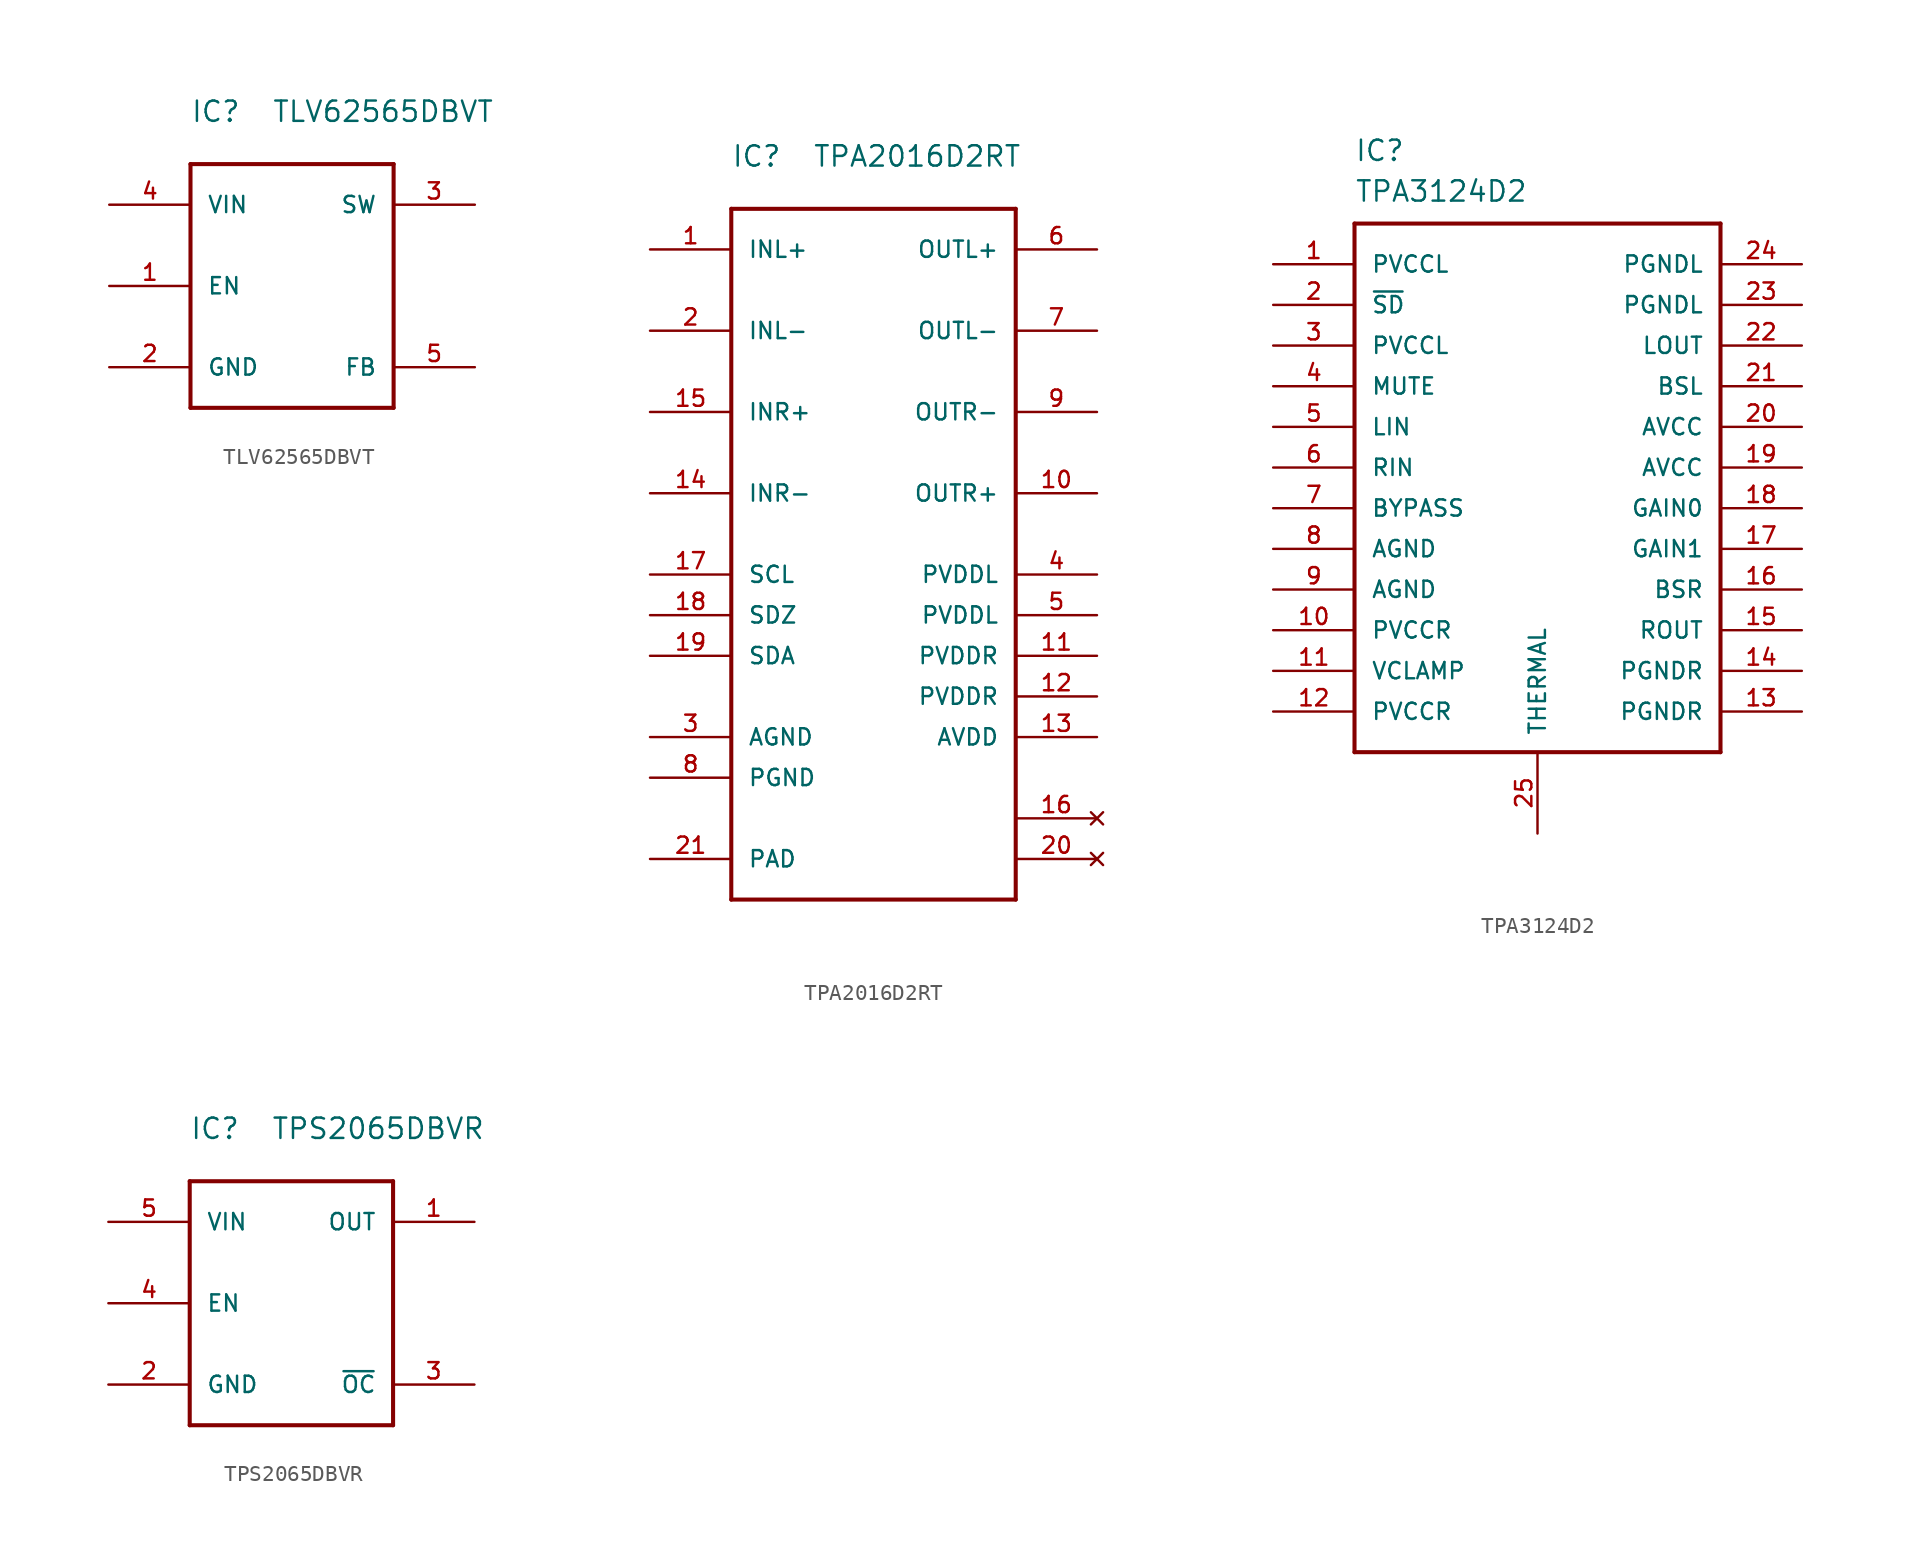
<source format=kicad_sym>
(kicad_symbol_lib
  (version 20220914)
  (generator kicad_symbol_editor)
  (symbol "TLV62565DBVT"
    (pin_names
      (offset 1.016))
    (property "Reference" "IC"
      (at 0 2.54 0)
      (effects (font (size 1.27 1.27)) (justify left bottom)))
    (property "Value" "TLV62565DBVT"
      (at 5.08 2.54 0)
      (effects (font (size 1.27 1.27)) (justify left bottom)))
    (symbol "TLV62565DBVT_1_0"
      (polyline (pts (xy 0 -15.24) (xy 0 0)) (stroke (width 0.254) (type solid)) (fill (type none)))
      (polyline (pts (xy 0 0) (xy 12.7 0)) (stroke (width 0.254) (type solid)) (fill (type none)))
      (polyline (pts (xy 12.7 -15.24) (xy 0 -15.24)) (stroke (width 0.254) (type solid)) (fill (type none)))
      (polyline (pts (xy 12.7 0) (xy 12.7 -15.24)) (stroke (width 0.254) (type solid)) (fill (type none))))
    (symbol "TLV62565DBVT_1_1"
      (pin input line (at -5.08 -7.62 0) (length 5.08) (name "EN" (effects (font (size 1.016 1.016)))) (number "1" (effects (font (size 1.016 1.016)))))
      (pin power_in line (at -5.08 -12.7 0) (length 5.08) (name "GND" (effects (font (size 1.016 1.016)))) (number "2" (effects (font (size 1.016 1.016)))))
      (pin power_out line (at 17.78 -2.54 180) (length 5.08) (name "SW" (effects (font (size 1.016 1.016)))) (number "3" (effects (font (size 1.016 1.016)))))
      (pin power_in line (at -5.08 -2.54 0) (length 5.08) (name "VIN" (effects (font (size 1.016 1.016)))) (number "4" (effects (font (size 1.016 1.016)))))
      (pin input line (at 17.78 -12.7 180) (length 5.08) (name "FB" (effects (font (size 1.016 1.016)))) (number "5" (effects (font (size 1.016 1.016)))))))
  (symbol "TPA2016D2RT"
    (pin_names
      (offset 1.016))
    (property "Reference" "IC"
      (at 0 2.54 0)
      (effects (font (size 1.27 1.27)) (justify left bottom)))
    (property "Value" "TPA2016D2RT"
      (at 5.08 2.54 0)
      (effects (font (size 1.27 1.27)) (justify left bottom)))
    (symbol "TPA2016D2RT_1_0"
      (polyline (pts (xy 0 -43.18) (xy 0 0)) (stroke (width 0.254) (type solid)) (fill (type none)))
      (polyline (pts (xy 0 0) (xy 17.78 0)) (stroke (width 0.254) (type solid)) (fill (type none)))
      (polyline (pts (xy 17.78 -43.18) (xy 0 -43.18)) (stroke (width 0.254) (type solid)) (fill (type none)))
      (polyline (pts (xy 17.78 0) (xy 17.78 -43.18)) (stroke (width 0.254) (type solid)) (fill (type none))))
    (symbol "TPA2016D2RT_1_1"
      (pin input line (at -5.08 -2.54 0) (length 5.08) (name "INL+" (effects (font (size 1.016 1.016)))) (number "1" (effects (font (size 1.016 1.016)))))
      (pin output line (at 22.86 -17.78 180) (length 5.08) (name "OUTR+" (effects (font (size 1.016 1.016)))) (number "10" (effects (font (size 1.016 1.016)))))
      (pin power_in line (at 22.86 -27.94 180) (length 5.08) (name "PVDDR" (effects (font (size 1.016 1.016)))) (number "11" (effects (font (size 1.016 1.016)))))
      (pin power_in line (at 22.86 -30.48 180) (length 5.08) (name "PVDDR" (effects (font (size 1.016 1.016)))) (number "12" (effects (font (size 1.016 1.016)))))
      (pin power_in line (at 22.86 -33.02 180) (length 5.08) (name "AVDD" (effects (font (size 1.016 1.016)))) (number "13" (effects (font (size 1.016 1.016)))))
      (pin input line (at -5.08 -17.78 0) (length 5.08) (name "INR-" (effects (font (size 1.016 1.016)))) (number "14" (effects (font (size 1.016 1.016)))))
      (pin input line (at -5.08 -12.7 0) (length 5.08) (name "INR+" (effects (font (size 1.016 1.016)))) (number "15" (effects (font (size 1.016 1.016)))))
      (pin no_connect line (at 22.86 -38.1 180) (length 5.08) (name "~" (effects (font (size 1.016 1.016)))) (number "16" (effects (font (size 1.016 1.016)))))
      (pin input line (at -5.08 -22.86 0) (length 5.08) (name "SCL" (effects (font (size 1.016 1.016)))) (number "17" (effects (font (size 1.016 1.016)))))
      (pin input line (at -5.08 -25.4 0) (length 5.08) (name "SDZ" (effects (font (size 1.016 1.016)))) (number "18" (effects (font (size 1.016 1.016)))))
      (pin bidirectional line (at -5.08 -27.94 0) (length 5.08) (name "SDA" (effects (font (size 1.016 1.016)))) (number "19" (effects (font (size 1.016 1.016)))))
      (pin input line (at -5.08 -7.62 0) (length 5.08) (name "INL-" (effects (font (size 1.016 1.016)))) (number "2" (effects (font (size 1.016 1.016)))))
      (pin no_connect line (at 22.86 -40.64 180) (length 5.08) (name "~" (effects (font (size 1.016 1.016)))) (number "20" (effects (font (size 1.016 1.016)))))
      (pin power_in line (at -5.08 -40.64 0) (length 5.08) (name "PAD" (effects (font (size 1.016 1.016)))) (number "21" (effects (font (size 1.016 1.016)))))
      (pin power_in line (at -5.08 -33.02 0) (length 5.08) (name "AGND" (effects (font (size 1.016 1.016)))) (number "3" (effects (font (size 1.016 1.016)))))
      (pin power_in line (at 22.86 -22.86 180) (length 5.08) (name "PVDDL" (effects (font (size 1.016 1.016)))) (number "4" (effects (font (size 1.016 1.016)))))
      (pin power_in line (at 22.86 -25.4 180) (length 5.08) (name "PVDDL" (effects (font (size 1.016 1.016)))) (number "5" (effects (font (size 1.016 1.016)))))
      (pin input line (at 22.86 -2.54 180) (length 5.08) (name "OUTL+" (effects (font (size 1.016 1.016)))) (number "6" (effects (font (size 1.016 1.016)))))
      (pin output line (at 22.86 -7.62 180) (length 5.08) (name "OUTL-" (effects (font (size 1.016 1.016)))) (number "7" (effects (font (size 1.016 1.016)))))
      (pin power_in line (at -5.08 -35.56 0) (length 5.08) (name "PGND" (effects (font (size 1.016 1.016)))) (number "8" (effects (font (size 1.016 1.016)))))
      (pin output line (at 22.86 -12.7 180) (length 5.08) (name "OUTR-" (effects (font (size 1.016 1.016)))) (number "9" (effects (font (size 1.016 1.016)))))))
  (symbol "TPA3124D2"
    (pin_names
      (offset 1.016))
    (property "Reference" "IC"
      (at 0 3.81 0)
      (effects (font (size 1.27 1.27)) (justify left bottom)))
    (property "Value" "TPA3124D2"
      (at 0 1.27 0)
      (effects (font (size 1.27 1.27)) (justify left bottom)))
    (symbol "TPA3124D2_1_0"
      (polyline (pts (xy 0 -33.02) (xy 0 0)) (stroke (width 0.254) (type solid)) (fill (type none)))
      (polyline (pts (xy 0 0) (xy 22.86 0)) (stroke (width 0.254) (type solid)) (fill (type none)))
      (polyline (pts (xy 22.86 -33.02) (xy 0 -33.02)) (stroke (width 0.254) (type solid)) (fill (type none)))
      (polyline (pts (xy 22.86 0) (xy 22.86 -33.02)) (stroke (width 0.254) (type solid)) (fill (type none))))
    (symbol "TPA3124D2_1_1"
      (pin power_in line (at -5.08 -2.54 0) (length 5.08) (name "PVCCL" (effects (font (size 1.016 1.016)))) (number "1" (effects (font (size 1.016 1.016)))))
      (pin passive line (at -5.08 -25.4 0) (length 5.08) (name "PVCCR" (effects (font (size 1.016 1.016)))) (number "10" (effects (font (size 1.016 1.016)))))
      (pin passive line (at -5.08 -27.94 0) (length 5.08) (name "VCLAMP" (effects (font (size 1.016 1.016)))) (number "11" (effects (font (size 1.016 1.016)))))
      (pin passive line (at -5.08 -30.48 0) (length 5.08) (name "PVCCR" (effects (font (size 1.016 1.016)))) (number "12" (effects (font (size 1.016 1.016)))))
      (pin passive line (at 27.94 -30.48 180) (length 5.08) (name "PGNDR" (effects (font (size 1.016 1.016)))) (number "13" (effects (font (size 1.016 1.016)))))
      (pin passive line (at 27.94 -27.94 180) (length 5.08) (name "PGNDR" (effects (font (size 1.016 1.016)))) (number "14" (effects (font (size 1.016 1.016)))))
      (pin output line (at 27.94 -25.4 180) (length 5.08) (name "ROUT" (effects (font (size 1.016 1.016)))) (number "15" (effects (font (size 1.016 1.016)))))
      (pin passive line (at 27.94 -22.86 180) (length 5.08) (name "BSR" (effects (font (size 1.016 1.016)))) (number "16" (effects (font (size 1.016 1.016)))))
      (pin input line (at 27.94 -20.32 180) (length 5.08) (name "GAIN1" (effects (font (size 1.016 1.016)))) (number "17" (effects (font (size 1.016 1.016)))))
      (pin input line (at 27.94 -17.78 180) (length 5.08) (name "GAIN0" (effects (font (size 1.016 1.016)))) (number "18" (effects (font (size 1.016 1.016)))))
      (pin passive line (at 27.94 -15.24 180) (length 5.08) (name "AVCC" (effects (font (size 1.016 1.016)))) (number "19" (effects (font (size 1.016 1.016)))))
      (pin passive line (at -5.08 -5.08 0) (length 5.08) (name "~{SD}" (effects (font (size 1.016 1.016)))) (number "2" (effects (font (size 1.016 1.016)))))
      (pin passive line (at 27.94 -12.7 180) (length 5.08) (name "AVCC" (effects (font (size 1.016 1.016)))) (number "20" (effects (font (size 1.016 1.016)))))
      (pin passive line (at 27.94 -10.16 180) (length 5.08) (name "BSL" (effects (font (size 1.016 1.016)))) (number "21" (effects (font (size 1.016 1.016)))))
      (pin output line (at 27.94 -7.62 180) (length 5.08) (name "LOUT" (effects (font (size 1.016 1.016)))) (number "22" (effects (font (size 1.016 1.016)))))
      (pin passive line (at 27.94 -5.08 180) (length 5.08) (name "PGNDL" (effects (font (size 1.016 1.016)))) (number "23" (effects (font (size 1.016 1.016)))))
      (pin passive line (at 27.94 -2.54 180) (length 5.08) (name "PGNDL" (effects (font (size 1.016 1.016)))) (number "24" (effects (font (size 1.016 1.016)))))
      (pin passive line (at 11.43 -38.1 90) (length 5.08) (name "THERMAL" (effects (font (size 1.016 1.016)))) (number "25" (effects (font (size 1.016 1.016)))))
      (pin power_in line (at -5.08 -7.62 0) (length 5.08) (name "PVCCL" (effects (font (size 1.016 1.016)))) (number "3" (effects (font (size 1.016 1.016)))))
      (pin input line (at -5.08 -10.16 0) (length 5.08) (name "MUTE" (effects (font (size 1.016 1.016)))) (number "4" (effects (font (size 1.016 1.016)))))
      (pin input line (at -5.08 -12.7 0) (length 5.08) (name "LIN" (effects (font (size 1.016 1.016)))) (number "5" (effects (font (size 1.016 1.016)))))
      (pin input line (at -5.08 -15.24 0) (length 5.08) (name "RIN" (effects (font (size 1.016 1.016)))) (number "6" (effects (font (size 1.016 1.016)))))
      (pin input line (at -5.08 -17.78 0) (length 5.08) (name "BYPASS" (effects (font (size 1.016 1.016)))) (number "7" (effects (font (size 1.016 1.016)))))
      (pin power_in line (at -5.08 -20.32 0) (length 5.08) (name "AGND" (effects (font (size 1.016 1.016)))) (number "8" (effects (font (size 1.016 1.016)))))
      (pin power_in line (at -5.08 -22.86 0) (length 5.08) (name "AGND" (effects (font (size 1.016 1.016)))) (number "9" (effects (font (size 1.016 1.016)))))))
  (symbol "TPS2065DBVR"
    (pin_names
      (offset 1.016))
    (property "Reference" "IC"
      (at 0 2.54 0)
      (effects (font (size 1.27 1.27)) (justify left bottom)))
    (property "Value" "TPS2065DBVR"
      (at 5.08 2.54 0)
      (effects (font (size 1.27 1.27)) (justify left bottom)))
    (symbol "TPS2065DBVR_1_0"
      (polyline (pts (xy 0 -15.24) (xy 0 0)) (stroke (width 0.254) (type solid)) (fill (type none)))
      (polyline (pts (xy 0 0) (xy 12.7 0)) (stroke (width 0.254) (type solid)) (fill (type none)))
      (polyline (pts (xy 12.7 -15.24) (xy 0 -15.24)) (stroke (width 0.254) (type solid)) (fill (type none)))
      (polyline (pts (xy 12.7 0) (xy 12.7 -15.24)) (stroke (width 0.254) (type solid)) (fill (type none))))
    (symbol "TPS2065DBVR_1_1"
      (pin power_out line (at 17.78 -2.54 180) (length 5.08) (name "OUT" (effects (font (size 1.016 1.016)))) (number "1" (effects (font (size 1.016 1.016)))))
      (pin power_in line (at -5.08 -12.7 0) (length 5.08) (name "GND" (effects (font (size 1.016 1.016)))) (number "2" (effects (font (size 1.016 1.016)))))
      (pin output line (at 17.78 -12.7 180) (length 5.08) (name "~{OC}" (effects (font (size 1.016 1.016)))) (number "3" (effects (font (size 1.016 1.016)))))
      (pin input line (at -5.08 -7.62 0) (length 5.08) (name "EN" (effects (font (size 1.016 1.016)))) (number "4" (effects (font (size 1.016 1.016)))))
      (pin power_in line (at -5.08 -2.54 0) (length 5.08) (name "VIN" (effects (font (size 1.016 1.016)))) (number "5" (effects (font (size 1.016 1.016))))))))
</source>
